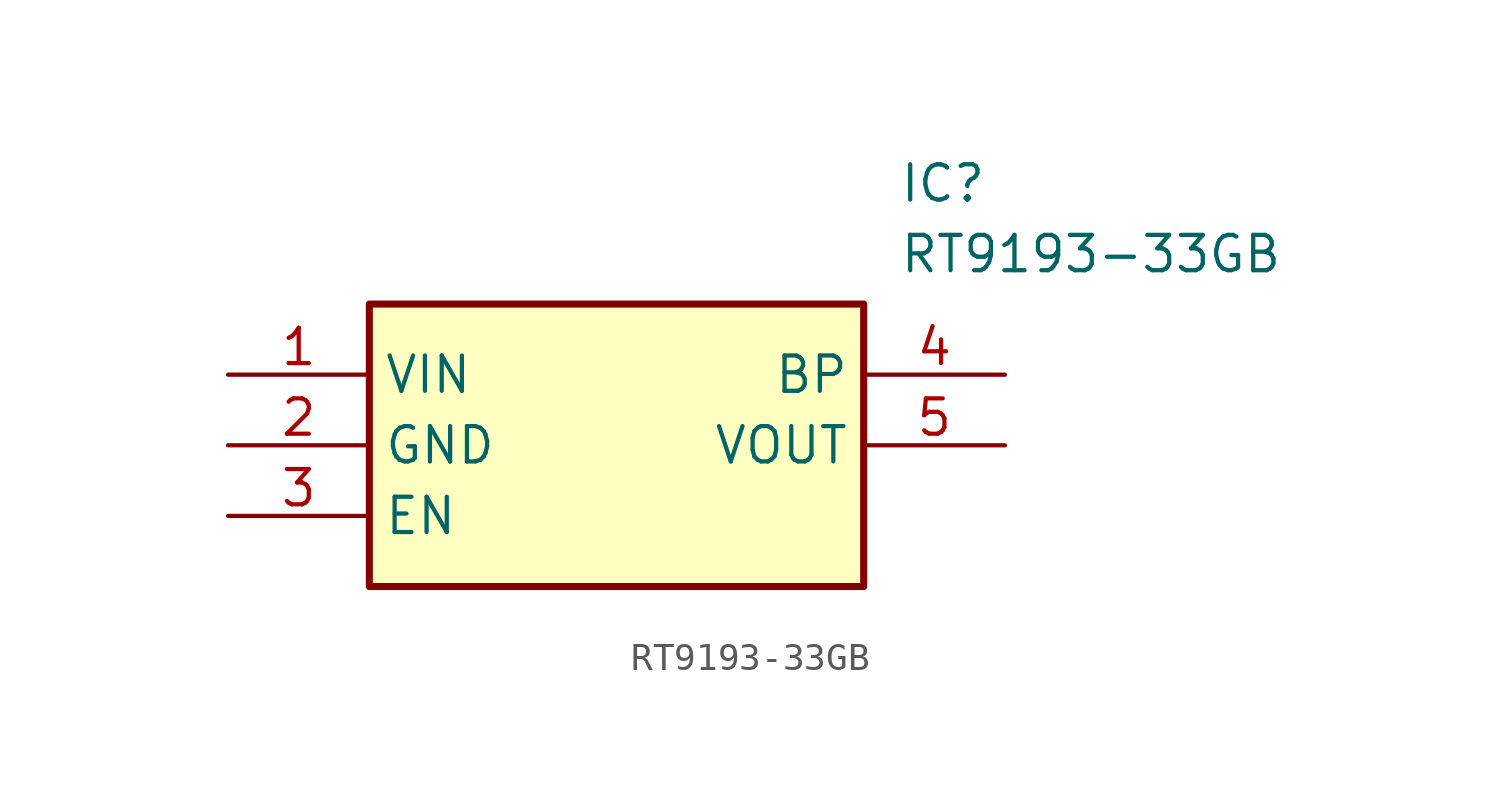
<source format=kicad_sym>
(kicad_symbol_lib
  (version 20211014)
  (generator SamacSys_ECAD_Model)
  (symbol "RT9193-33GB"
    (property "Reference" "IC"
      (at 24.13 7.62 0)
      (effects (font (size 1.27 1.27)) (justify left top)))
    (property "Value" "RT9193-33GB"
      (at 24.13 5.08 0)
      (effects (font (size 1.27 1.27)) (justify left top)))
    (rectangle
      (start 5.08 2.54)
      (end 22.86 -7.62)
      (stroke (width 0.254) (type default))
      (fill (type background)))
    (pin passive line
      (at 0 0 0)
      (length 5.08)
      (name "VIN" (effects (font (size 1.27 1.27))))
      (number "1" (effects (font (size 1.27 1.27)))))
    (pin passive line
      (at 0 -2.54 0)
      (length 5.08)
      (name "GND" (effects (font (size 1.27 1.27))))
      (number "2" (effects (font (size 1.27 1.27)))))
    (pin passive line
      (at 0 -5.08 0)
      (length 5.08)
      (name "EN" (effects (font (size 1.27 1.27))))
      (number "3" (effects (font (size 1.27 1.27)))))
    (pin passive line
      (at 27.94 0 180)
      (length 5.08)
      (name "BP" (effects (font (size 1.27 1.27))))
      (number "4" (effects (font (size 1.27 1.27)))))
    (pin passive line
      (at 27.94 -2.54 180)
      (length 5.08)
      (name "VOUT" (effects (font (size 1.27 1.27))))
      (number "5" (effects (font (size 1.27 1.27)))))))
</source>
